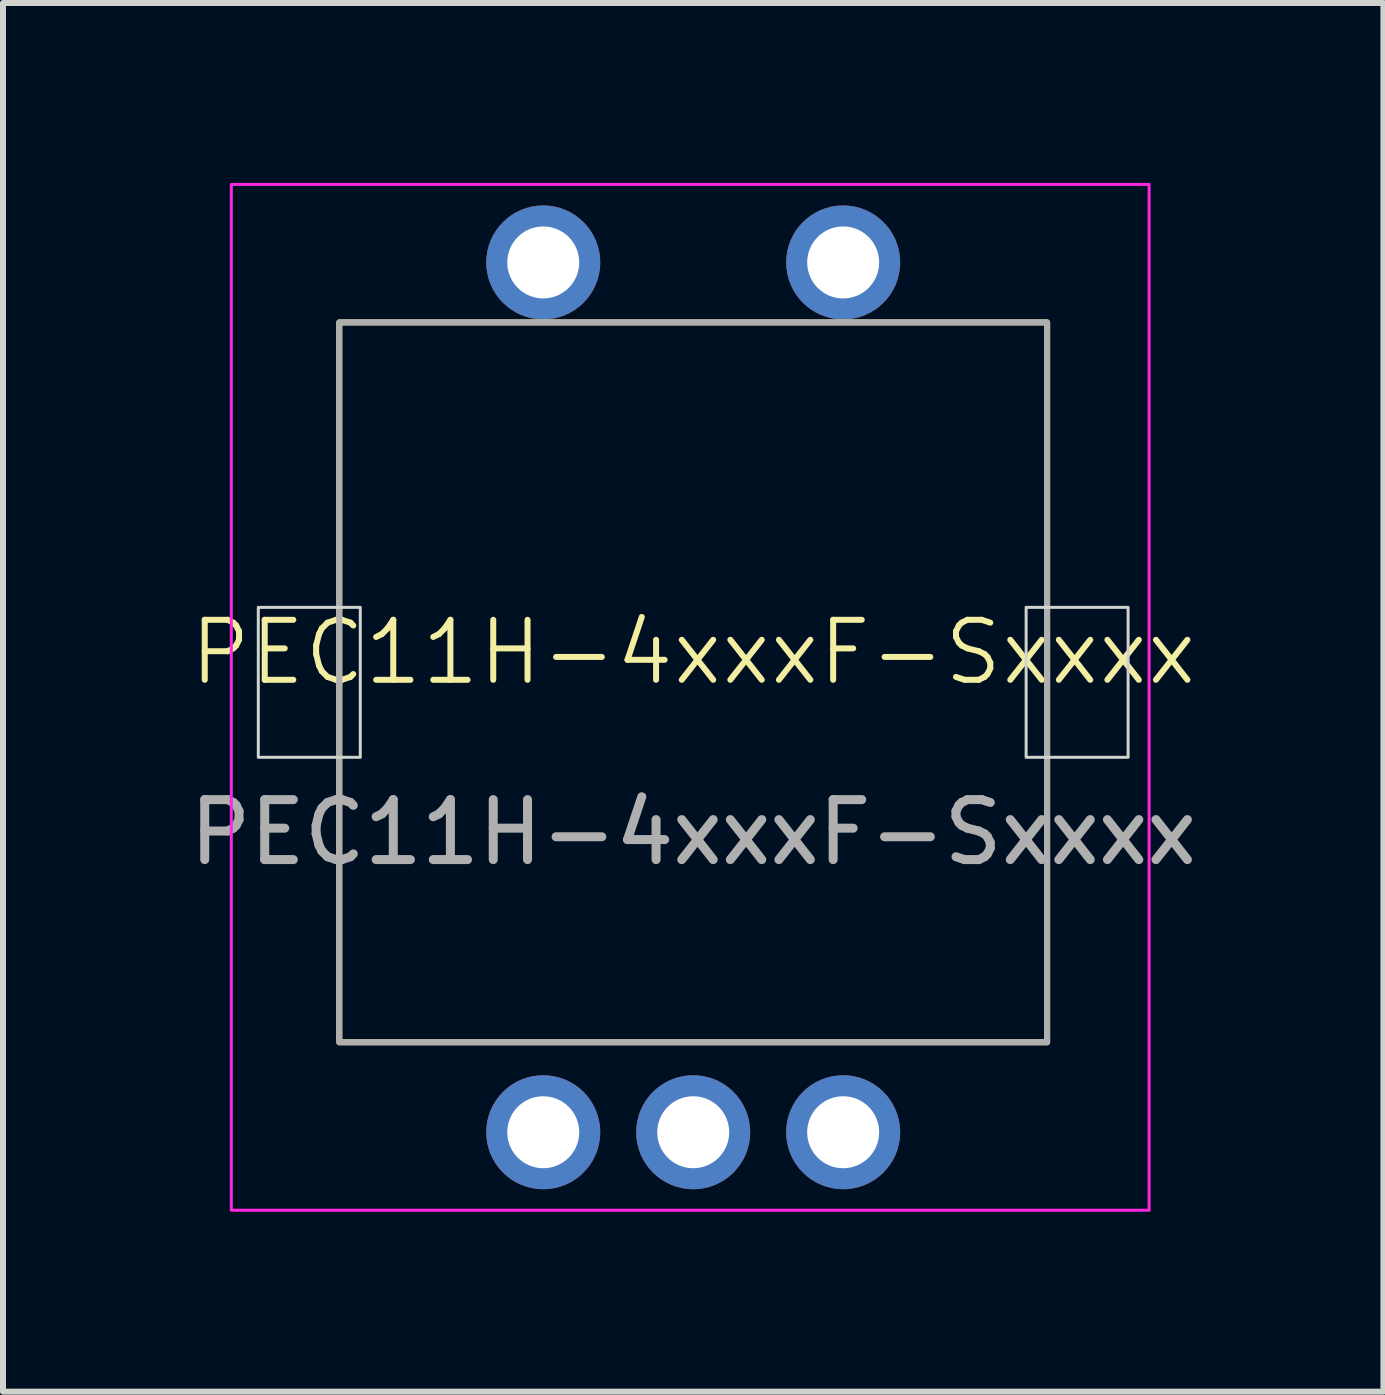
<source format=kicad_pcb>
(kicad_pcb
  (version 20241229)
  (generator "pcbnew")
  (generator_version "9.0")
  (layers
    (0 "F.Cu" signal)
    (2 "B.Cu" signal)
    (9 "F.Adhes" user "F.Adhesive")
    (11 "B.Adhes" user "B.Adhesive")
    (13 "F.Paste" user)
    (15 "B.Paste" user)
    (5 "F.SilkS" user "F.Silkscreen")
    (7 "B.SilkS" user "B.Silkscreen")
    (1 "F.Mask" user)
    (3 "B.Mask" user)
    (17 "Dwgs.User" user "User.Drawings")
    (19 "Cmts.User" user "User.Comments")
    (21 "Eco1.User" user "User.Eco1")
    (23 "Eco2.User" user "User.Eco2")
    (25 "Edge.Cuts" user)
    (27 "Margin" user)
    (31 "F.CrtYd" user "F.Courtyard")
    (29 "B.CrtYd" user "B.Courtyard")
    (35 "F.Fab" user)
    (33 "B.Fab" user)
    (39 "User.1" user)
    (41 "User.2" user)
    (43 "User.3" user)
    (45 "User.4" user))
  (footprint "PEC11H-4xxxF-Sxxxx"
    (layer "F.Cu")
    (at 8.506 8.325)
    (property "Reference" "PEC11H-4xxxF-Sxxxx" (at 0 -0.5 0) (unlocked yes) (layer "F.SilkS") (effects (font (size 1 1) (thickness 0.1))))
    (attr through_hole)
    (fp_rect (start -5.9 -6) (end 5.9 6) (stroke (width 0.1) (type default)) (fill no) (layer "F.SilkS"))
    (fp_rect (start -7.25 -1.25) (end -5.55 1.25) (stroke (width 0.05) (type default)) (fill no) (layer "Edge.Cuts"))
    (fp_rect (start 7.25 -1.25) (end 5.55 1.25) (stroke (width 0.05) (type default)) (fill no) (layer "Edge.Cuts"))
    (fp_rect (start -7.7 -8.3) (end 7.6 8.8) (stroke (width 0.05) (type default)) (fill no) (layer "F.CrtYd"))
    (fp_rect (start -5.9 -6) (end 5.9 6) (stroke (width 0.1) (type default)) (fill no) (layer "F.Fab"))
    (fp_text user "${REFERENCE}" (at 0 2.5 0) (unlocked yes) (layer "F.Fab") (effects (font (size 1 1) (thickness 0.15))))
    (pad "A" thru_hole circle (at -2.5 7.5) (size 1.9 1.9) (drill 1.2) (layers "*.Cu" "*.Mask"))
    (pad "B" thru_hole circle (at 2.5 7.5) (size 1.9 1.9) (drill 1.2) (layers "*.Cu" "*.Mask"))
    (pad "C" thru_hole circle (at 0 7.5) (size 1.9 1.9) (drill 1.2) (layers "*.Cu" "*.Mask"))
    (pad "S1" thru_hole circle (at -2.5 -7) (size 1.9 1.9) (drill 1.2) (layers "*.Cu" "*.Mask"))
    (pad "S2" thru_hole circle (at 2.5 -7) (size 1.9 1.9) (drill 1.2) (layers "*.Cu" "*.Mask"))
    (zone (net_name "") (layers "F.Cu" "F.Mask" "B.Cu" "B.Mask" "F.Adhes" "B.Adhes" "F.Paste" "B.Paste" "Edge.Cuts") (hatch edge 0.5) (connect_pads) (min_thickness 0.25) (filled_areas_thickness no) (keepout (tracks not_allowed) (vias not_allowed) (pads not_allowed) (copperpour not_allowed) (footprints not_allowed)) (placement (enabled no)) (fill) (polygon (pts (xy 2.956 9.575) (xy 2.956 7.075) (xy 1.256 7.075) (xy 1.256 9.575))))
    (zone (net_name "") (layers "F.Cu" "F.Mask" "B.Cu" "B.Mask" "F.Adhes" "B.Adhes" "F.Paste" "B.Paste" "Edge.Cuts") (hatch edge 0.5) (connect_pads) (min_thickness 0.25) (filled_areas_thickness no) (keepout (tracks not_allowed) (vias not_allowed) (pads not_allowed) (copperpour not_allowed) (footprints not_allowed)) (placement (enabled no)) (fill) (polygon (pts (xy 15.756 9.575) (xy 15.756 7.075) (xy 14.056 7.075) (xy 14.056 9.575)))))
  (gr_rect
    (start -3 -3)
    (end 20.012 20.15)
    (stroke (width 0.1) (type default))
    (fill no)
    (layer "Edge.Cuts")))
</source>
